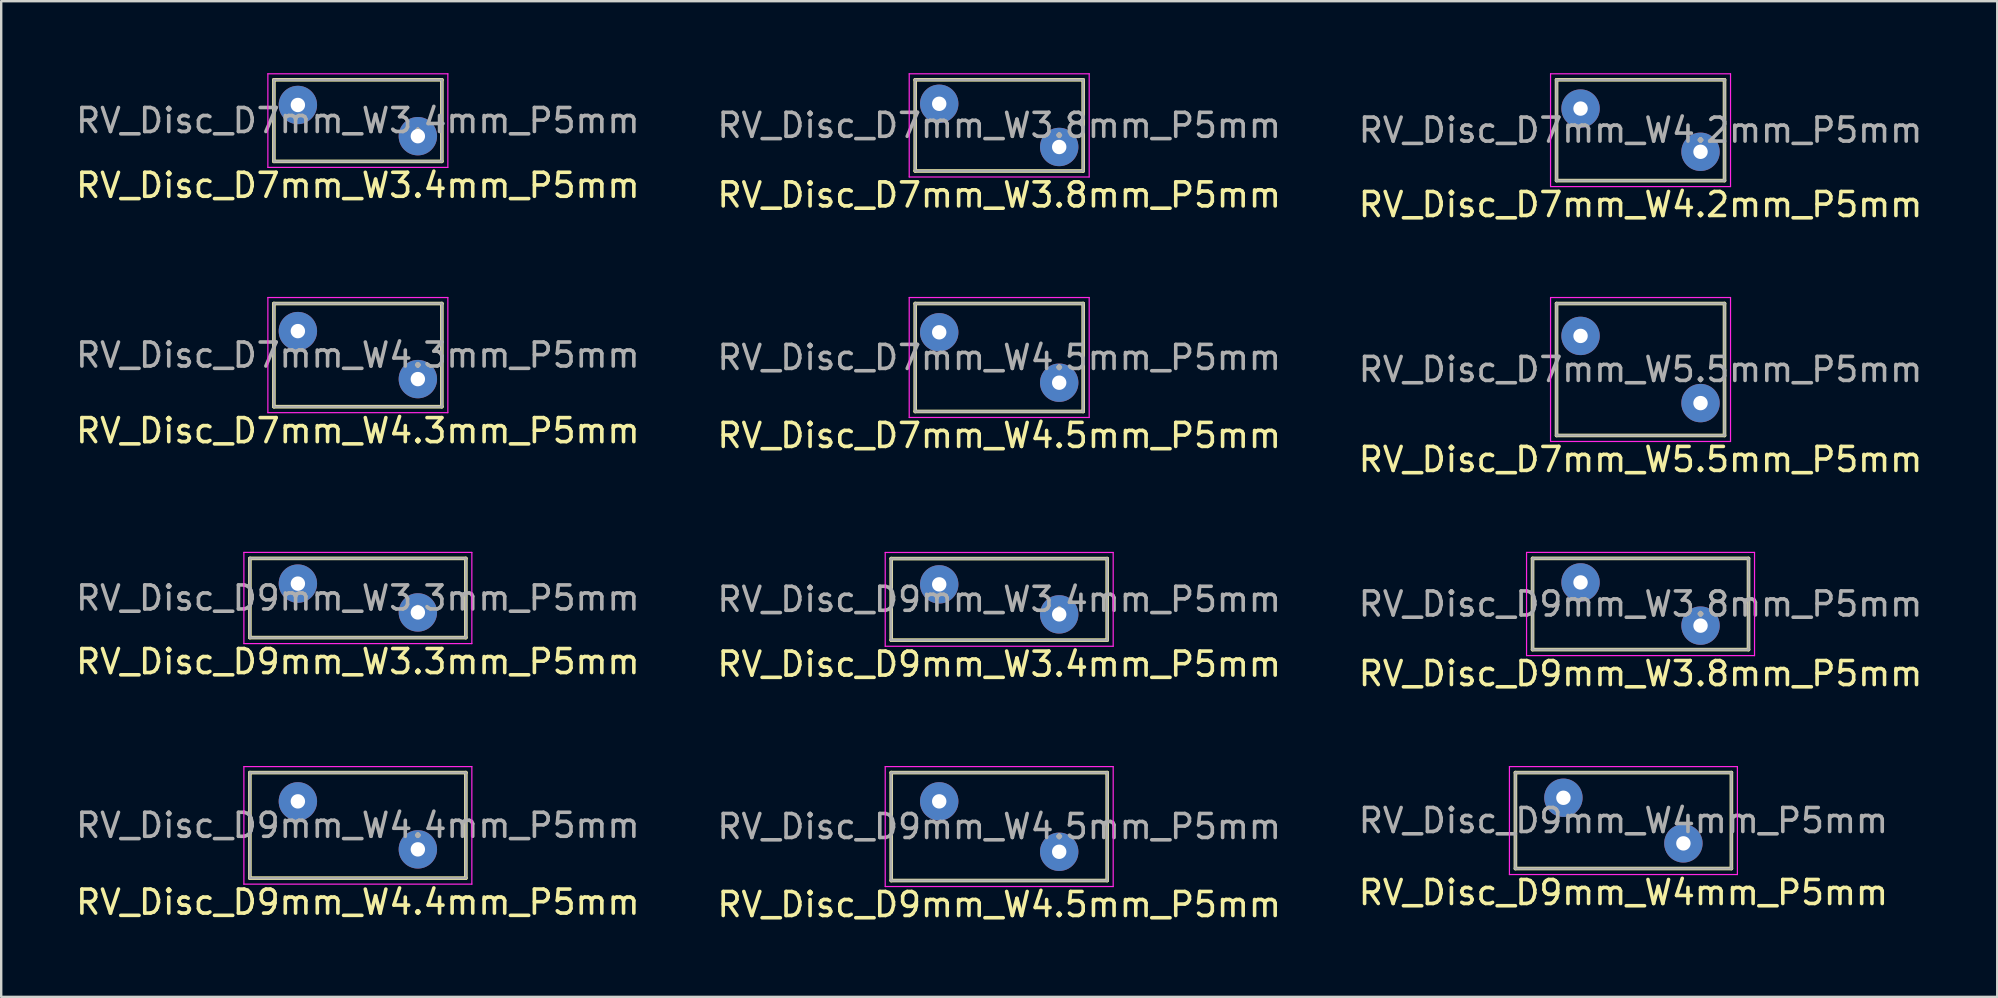
<source format=kicad_pcb>
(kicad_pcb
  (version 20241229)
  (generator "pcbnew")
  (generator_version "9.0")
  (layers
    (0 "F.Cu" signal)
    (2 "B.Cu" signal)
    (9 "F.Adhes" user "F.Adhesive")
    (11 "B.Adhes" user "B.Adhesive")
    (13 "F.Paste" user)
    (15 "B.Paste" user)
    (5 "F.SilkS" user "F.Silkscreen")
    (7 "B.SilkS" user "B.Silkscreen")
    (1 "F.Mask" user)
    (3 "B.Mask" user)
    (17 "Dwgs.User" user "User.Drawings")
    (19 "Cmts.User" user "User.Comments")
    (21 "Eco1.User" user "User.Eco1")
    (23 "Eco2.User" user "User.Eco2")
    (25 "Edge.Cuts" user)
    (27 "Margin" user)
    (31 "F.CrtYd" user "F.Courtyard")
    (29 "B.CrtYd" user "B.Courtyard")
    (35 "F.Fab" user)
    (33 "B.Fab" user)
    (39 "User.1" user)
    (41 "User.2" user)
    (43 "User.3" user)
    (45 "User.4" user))
  (footprint "RV_Disc_D9mm_W4mm_P5mm"
    (layer "F.Cu")
    (at 62.101 30.195)
    (property "Reference" "RV_Disc_D9mm_W4mm_P5mm" (at 2.5 3.95 0) (layer "F.SilkS") (effects (font (size 1 1) (thickness 0.15))))
    (attr through_hole)
    (fp_line (start -2 -1.05) (end -2 2.95) (stroke (width 0.15) (type solid)) (layer "F.SilkS"))
    (fp_line (start -2 -1.05) (end 7 -1.05) (stroke (width 0.15) (type solid)) (layer "F.SilkS"))
    (fp_line (start -2 2.95) (end 7 2.95) (stroke (width 0.15) (type solid)) (layer "F.SilkS"))
    (fp_line (start 7 -1.05) (end 7 2.95) (stroke (width 0.15) (type solid)) (layer "F.SilkS"))
    (fp_line (start -2.25 -1.3) (end -2.25 3.2) (stroke (width 0.05) (type solid)) (layer "F.CrtYd"))
    (fp_line (start -2.25 -1.3) (end 7.25 -1.3) (stroke (width 0.05) (type solid)) (layer "F.CrtYd"))
    (fp_line (start -2.25 3.2) (end 7.25 3.2) (stroke (width 0.05) (type solid)) (layer "F.CrtYd"))
    (fp_line (start 7.25 -1.3) (end 7.25 3.2) (stroke (width 0.05) (type solid)) (layer "F.CrtYd"))
    (fp_line (start -2 -1.05) (end -2 2.95) (stroke (width 0.1) (type solid)) (layer "F.Fab"))
    (fp_line (start -2 -1.05) (end 7 -1.05) (stroke (width 0.1) (type solid)) (layer "F.Fab"))
    (fp_line (start -2 2.95) (end 7 2.95) (stroke (width 0.1) (type solid)) (layer "F.Fab"))
    (fp_line (start 7 -1.05) (end 7 2.95) (stroke (width 0.1) (type solid)) (layer "F.Fab"))
    (fp_text user "${REFERENCE}" (at 2.5 0.95 0) (layer "F.Fab") (effects (font (size 1 1) (thickness 0.15))))
    (pad "1" thru_hole circle (at 0 0) (size 1.6 1.6) (drill 0.6) (layers "*.Cu" "*.Mask"))
    (pad "2" thru_hole circle (at 5 1.9) (size 1.6 1.6) (drill 0.6) (layers "*.Cu" "*.Mask")))
  (footprint "RV_Disc_D9mm_W4.5mm_P5mm"
    (layer "F.Cu")
    (at 36.089 30.345)
    (property "Reference" "RV_Disc_D9mm_W4.5mm_P5mm" (at 2.5 4.3 0) (layer "F.SilkS") (effects (font (size 1 1) (thickness 0.15))))
    (attr through_hole)
    (fp_line (start -2 -1.2) (end -2 3.3) (stroke (width 0.15) (type solid)) (layer "F.SilkS"))
    (fp_line (start -2 -1.2) (end 7 -1.2) (stroke (width 0.15) (type solid)) (layer "F.SilkS"))
    (fp_line (start -2 3.3) (end 7 3.3) (stroke (width 0.15) (type solid)) (layer "F.SilkS"))
    (fp_line (start 7 -1.2) (end 7 3.3) (stroke (width 0.15) (type solid)) (layer "F.SilkS"))
    (fp_line (start -2.25 -1.45) (end -2.25 3.55) (stroke (width 0.05) (type solid)) (layer "F.CrtYd"))
    (fp_line (start -2.25 -1.45) (end 7.25 -1.45) (stroke (width 0.05) (type solid)) (layer "F.CrtYd"))
    (fp_line (start -2.25 3.55) (end 7.25 3.55) (stroke (width 0.05) (type solid)) (layer "F.CrtYd"))
    (fp_line (start 7.25 -1.45) (end 7.25 3.55) (stroke (width 0.05) (type solid)) (layer "F.CrtYd"))
    (fp_line (start -2 -1.2) (end -2 3.3) (stroke (width 0.1) (type solid)) (layer "F.Fab"))
    (fp_line (start -2 -1.2) (end 7 -1.2) (stroke (width 0.1) (type solid)) (layer "F.Fab"))
    (fp_line (start -2 3.3) (end 7 3.3) (stroke (width 0.1) (type solid)) (layer "F.Fab"))
    (fp_line (start 7 -1.2) (end 7 3.3) (stroke (width 0.1) (type solid)) (layer "F.Fab"))
    (fp_text user "${REFERENCE}" (at 2.5 1.05 0) (layer "F.Fab") (effects (font (size 1 1) (thickness 0.15))))
    (pad "1" thru_hole circle (at 0 0) (size 1.6 1.6) (drill 0.6) (layers "*.Cu" "*.Mask"))
    (pad "2" thru_hole circle (at 5 2.1) (size 1.6 1.6) (drill 0.6) (layers "*.Cu" "*.Mask")))
  (footprint "RV_Disc_D7mm_W4.5mm_P5mm"
    (layer "F.Cu")
    (at 36.089 10.798)
    (property "Reference" "RV_Disc_D7mm_W4.5mm_P5mm" (at 2.5 4.3 0) (layer "F.SilkS") (effects (font (size 1 1) (thickness 0.15))))
    (attr through_hole)
    (fp_line (start -1 -1.2) (end -1 3.3) (stroke (width 0.15) (type solid)) (layer "F.SilkS"))
    (fp_line (start -1 -1.2) (end 6 -1.2) (stroke (width 0.15) (type solid)) (layer "F.SilkS"))
    (fp_line (start -1 3.3) (end 6 3.3) (stroke (width 0.15) (type solid)) (layer "F.SilkS"))
    (fp_line (start 6 -1.2) (end 6 3.3) (stroke (width 0.15) (type solid)) (layer "F.SilkS"))
    (fp_line (start -1.25 -1.45) (end -1.25 3.55) (stroke (width 0.05) (type solid)) (layer "F.CrtYd"))
    (fp_line (start -1.25 -1.45) (end 6.25 -1.45) (stroke (width 0.05) (type solid)) (layer "F.CrtYd"))
    (fp_line (start -1.25 3.55) (end 6.25 3.55) (stroke (width 0.05) (type solid)) (layer "F.CrtYd"))
    (fp_line (start 6.25 -1.45) (end 6.25 3.55) (stroke (width 0.05) (type solid)) (layer "F.CrtYd"))
    (fp_line (start -1 -1.2) (end -1 3.3) (stroke (width 0.1) (type solid)) (layer "F.Fab"))
    (fp_line (start -1 -1.2) (end 6 -1.2) (stroke (width 0.1) (type solid)) (layer "F.Fab"))
    (fp_line (start -1 3.3) (end 6 3.3) (stroke (width 0.1) (type solid)) (layer "F.Fab"))
    (fp_line (start 6 -1.2) (end 6 3.3) (stroke (width 0.1) (type solid)) (layer "F.Fab"))
    (fp_text user "${REFERENCE}" (at 2.5 1.05 0) (layer "F.Fab") (effects (font (size 1 1) (thickness 0.15))))
    (pad "1" thru_hole circle (at 0 0) (size 1.6 1.6) (drill 0.6) (layers "*.Cu" "*.Mask"))
    (pad "2" thru_hole circle (at 5 2.1) (size 1.6 1.6) (drill 0.6) (layers "*.Cu" "*.Mask")))
  (footprint "RV_Disc_D9mm_W3.4mm_P5mm"
    (layer "F.Cu")
    (at 36.089 21.302)
    (property "Reference" "RV_Disc_D9mm_W3.4mm_P5mm" (at 2.5 3.325 0) (layer "F.SilkS") (effects (font (size 1 1) (thickness 0.15))))
    (attr through_hole)
    (fp_line (start -2 -1.075) (end -2 2.325) (stroke (width 0.15) (type solid)) (layer "F.SilkS"))
    (fp_line (start -2 -1.075) (end 7 -1.075) (stroke (width 0.15) (type solid)) (layer "F.SilkS"))
    (fp_line (start -2 2.325) (end 7 2.325) (stroke (width 0.15) (type solid)) (layer "F.SilkS"))
    (fp_line (start 7 -1.075) (end 7 2.325) (stroke (width 0.15) (type solid)) (layer "F.SilkS"))
    (fp_line (start -2.25 -1.33) (end -2.25 2.58) (stroke (width 0.05) (type solid)) (layer "F.CrtYd"))
    (fp_line (start -2.25 -1.33) (end 7.25 -1.33) (stroke (width 0.05) (type solid)) (layer "F.CrtYd"))
    (fp_line (start -2.25 2.58) (end 7.25 2.58) (stroke (width 0.05) (type solid)) (layer "F.CrtYd"))
    (fp_line (start 7.25 -1.33) (end 7.25 2.58) (stroke (width 0.05) (type solid)) (layer "F.CrtYd"))
    (fp_line (start -2 -1.075) (end -2 2.325) (stroke (width 0.1) (type solid)) (layer "F.Fab"))
    (fp_line (start -2 -1.075) (end 7 -1.075) (stroke (width 0.1) (type solid)) (layer "F.Fab"))
    (fp_line (start -2 2.325) (end 7 2.325) (stroke (width 0.1) (type solid)) (layer "F.Fab"))
    (fp_line (start 7 -1.075) (end 7 2.325) (stroke (width 0.1) (type solid)) (layer "F.Fab"))
    (fp_text user "${REFERENCE}" (at 2.5 0.625 0) (layer "F.Fab") (effects (font (size 1 1) (thickness 0.15))))
    (pad "1" thru_hole circle (at 0 0) (size 1.6 1.6) (drill 0.6) (layers "*.Cu" "*.Mask"))
    (pad "2" thru_hole circle (at 5 1.25) (size 1.6 1.6) (drill 0.6) (layers "*.Cu" "*.Mask")))
  (footprint "RV_Disc_D7mm_W4.2mm_P5mm"
    (layer "F.Cu")
    (at 62.815 1.475)
    (property "Reference" "RV_Disc_D7mm_W4.2mm_P5mm" (at 2.5 4 0) (layer "F.SilkS") (effects (font (size 1 1) (thickness 0.15))))
    (attr through_hole)
    (fp_line (start -1 -1.2) (end -1 3) (stroke (width 0.15) (type solid)) (layer "F.SilkS"))
    (fp_line (start -1 -1.2) (end 6 -1.2) (stroke (width 0.15) (type solid)) (layer "F.SilkS"))
    (fp_line (start -1 3) (end 6 3) (stroke (width 0.15) (type solid)) (layer "F.SilkS"))
    (fp_line (start 6 -1.2) (end 6 3) (stroke (width 0.15) (type solid)) (layer "F.SilkS"))
    (fp_line (start -1.25 -1.45) (end -1.25 3.25) (stroke (width 0.05) (type solid)) (layer "F.CrtYd"))
    (fp_line (start -1.25 -1.45) (end 6.25 -1.45) (stroke (width 0.05) (type solid)) (layer "F.CrtYd"))
    (fp_line (start -1.25 3.25) (end 6.25 3.25) (stroke (width 0.05) (type solid)) (layer "F.CrtYd"))
    (fp_line (start 6.25 -1.45) (end 6.25 3.25) (stroke (width 0.05) (type solid)) (layer "F.CrtYd"))
    (fp_line (start -1 -1.2) (end -1 3) (stroke (width 0.1) (type solid)) (layer "F.Fab"))
    (fp_line (start -1 -1.2) (end 6 -1.2) (stroke (width 0.1) (type solid)) (layer "F.Fab"))
    (fp_line (start -1 3) (end 6 3) (stroke (width 0.1) (type solid)) (layer "F.Fab"))
    (fp_line (start 6 -1.2) (end 6 3) (stroke (width 0.1) (type solid)) (layer "F.Fab"))
    (fp_text user "${REFERENCE}" (at 2.5 0.9 0) (layer "F.Fab") (effects (font (size 1 1) (thickness 0.15))))
    (pad "1" thru_hole circle (at 0 0) (size 1.6 1.6) (drill 0.6) (layers "*.Cu" "*.Mask"))
    (pad "2" thru_hole circle (at 5 1.8) (size 1.6 1.6) (drill 0.6) (layers "*.Cu" "*.Mask")))
  (footprint "RV_Disc_D9mm_W4.4mm_P5mm"
    (layer "F.Cu")
    (at 9.363 30.345)
    (property "Reference" "RV_Disc_D9mm_W4.4mm_P5mm" (at 2.5 4.2 0) (layer "F.SilkS") (effects (font (size 1 1) (thickness 0.15))))
    (attr through_hole)
    (fp_line (start -2 -1.2) (end -2 3.2) (stroke (width 0.15) (type solid)) (layer "F.SilkS"))
    (fp_line (start -2 -1.2) (end 7 -1.2) (stroke (width 0.15) (type solid)) (layer "F.SilkS"))
    (fp_line (start -2 3.2) (end 7 3.2) (stroke (width 0.15) (type solid)) (layer "F.SilkS"))
    (fp_line (start 7 -1.2) (end 7 3.2) (stroke (width 0.15) (type solid)) (layer "F.SilkS"))
    (fp_line (start -2.25 -1.45) (end -2.25 3.45) (stroke (width 0.05) (type solid)) (layer "F.CrtYd"))
    (fp_line (start -2.25 -1.45) (end 7.25 -1.45) (stroke (width 0.05) (type solid)) (layer "F.CrtYd"))
    (fp_line (start -2.25 3.45) (end 7.25 3.45) (stroke (width 0.05) (type solid)) (layer "F.CrtYd"))
    (fp_line (start 7.25 -1.45) (end 7.25 3.45) (stroke (width 0.05) (type solid)) (layer "F.CrtYd"))
    (fp_line (start -2 -1.2) (end -2 3.2) (stroke (width 0.1) (type solid)) (layer "F.Fab"))
    (fp_line (start -2 -1.2) (end 7 -1.2) (stroke (width 0.1) (type solid)) (layer "F.Fab"))
    (fp_line (start -2 3.2) (end 7 3.2) (stroke (width 0.1) (type solid)) (layer "F.Fab"))
    (fp_line (start 7 -1.2) (end 7 3.2) (stroke (width 0.1) (type solid)) (layer "F.Fab"))
    (fp_text user "${REFERENCE}" (at 2.5 1 0) (layer "F.Fab") (effects (font (size 1 1) (thickness 0.15))))
    (pad "1" thru_hole circle (at 0 0) (size 1.6 1.6) (drill 0.6) (layers "*.Cu" "*.Mask"))
    (pad "2" thru_hole circle (at 5 2) (size 1.6 1.6) (drill 0.6) (layers "*.Cu" "*.Mask")))
  (footprint "RV_Disc_D9mm_W3.8mm_P5mm"
    (layer "F.Cu")
    (at 62.815 21.221)
    (property "Reference" "RV_Disc_D9mm_W3.8mm_P5mm" (at 2.5 3.8 0) (layer "F.SilkS") (effects (font (size 1 1) (thickness 0.15))))
    (attr through_hole)
    (fp_line (start -2 -1) (end -2 2.8) (stroke (width 0.15) (type solid)) (layer "F.SilkS"))
    (fp_line (start -2 -1) (end 7 -1) (stroke (width 0.15) (type solid)) (layer "F.SilkS"))
    (fp_line (start -2 2.8) (end 7 2.8) (stroke (width 0.15) (type solid)) (layer "F.SilkS"))
    (fp_line (start 7 -1) (end 7 2.8) (stroke (width 0.15) (type solid)) (layer "F.SilkS"))
    (fp_line (start -2.25 -1.25) (end -2.25 3.05) (stroke (width 0.05) (type solid)) (layer "F.CrtYd"))
    (fp_line (start -2.25 -1.25) (end 7.25 -1.25) (stroke (width 0.05) (type solid)) (layer "F.CrtYd"))
    (fp_line (start -2.25 3.05) (end 7.25 3.05) (stroke (width 0.05) (type solid)) (layer "F.CrtYd"))
    (fp_line (start 7.25 -1.25) (end 7.25 3.05) (stroke (width 0.05) (type solid)) (layer "F.CrtYd"))
    (fp_line (start -2 -1) (end -2 2.8) (stroke (width 0.1) (type solid)) (layer "F.Fab"))
    (fp_line (start -2 -1) (end 7 -1) (stroke (width 0.1) (type solid)) (layer "F.Fab"))
    (fp_line (start -2 2.8) (end 7 2.8) (stroke (width 0.1) (type solid)) (layer "F.Fab"))
    (fp_line (start 7 -1) (end 7 2.8) (stroke (width 0.1) (type solid)) (layer "F.Fab"))
    (fp_text user "${REFERENCE}" (at 2.5 0.9 0) (layer "F.Fab") (effects (font (size 1 1) (thickness 0.15))))
    (pad "1" thru_hole circle (at 0 0) (size 1.6 1.6) (drill 0.6) (layers "*.Cu" "*.Mask"))
    (pad "2" thru_hole circle (at 5 1.8) (size 1.6 1.6) (drill 0.6) (layers "*.Cu" "*.Mask")))
  (footprint "RV_Disc_D7mm_W5.5mm_P5mm"
    (layer "F.Cu")
    (at 62.815 10.948)
    (property "Reference" "RV_Disc_D7mm_W5.5mm_P5mm" (at 2.5 5.15 0) (layer "F.SilkS") (effects (font (size 1 1) (thickness 0.15))))
    (attr through_hole)
    (fp_line (start -1 -1.35) (end -1 4.15) (stroke (width 0.15) (type solid)) (layer "F.SilkS"))
    (fp_line (start -1 -1.35) (end 6 -1.35) (stroke (width 0.15) (type solid)) (layer "F.SilkS"))
    (fp_line (start -1 4.15) (end 6 4.15) (stroke (width 0.15) (type solid)) (layer "F.SilkS"))
    (fp_line (start 6 -1.35) (end 6 4.15) (stroke (width 0.15) (type solid)) (layer "F.SilkS"))
    (fp_line (start -1.25 -1.6) (end -1.25 4.4) (stroke (width 0.05) (type solid)) (layer "F.CrtYd"))
    (fp_line (start -1.25 -1.6) (end 6.25 -1.6) (stroke (width 0.05) (type solid)) (layer "F.CrtYd"))
    (fp_line (start -1.25 4.4) (end 6.25 4.4) (stroke (width 0.05) (type solid)) (layer "F.CrtYd"))
    (fp_line (start 6.25 -1.6) (end 6.25 4.4) (stroke (width 0.05) (type solid)) (layer "F.CrtYd"))
    (fp_line (start -1 -1.35) (end -1 4.15) (stroke (width 0.1) (type solid)) (layer "F.Fab"))
    (fp_line (start -1 -1.35) (end 6 -1.35) (stroke (width 0.1) (type solid)) (layer "F.Fab"))
    (fp_line (start -1 4.15) (end 6 4.15) (stroke (width 0.1) (type solid)) (layer "F.Fab"))
    (fp_line (start 6 -1.35) (end 6 4.15) (stroke (width 0.1) (type solid)) (layer "F.Fab"))
    (fp_text user "${REFERENCE}" (at 2.5 1.4 0) (layer "F.Fab") (effects (font (size 1 1) (thickness 0.15))))
    (pad "1" thru_hole circle (at 0 0) (size 1.6 1.6) (drill 0.6) (layers "*.Cu" "*.Mask"))
    (pad "2" thru_hole circle (at 5 2.8) (size 1.6 1.6) (drill 0.6) (layers "*.Cu" "*.Mask")))
  (footprint "RV_Disc_D7mm_W3.8mm_P5mm"
    (layer "F.Cu")
    (at 36.089 1.275)
    (property "Reference" "RV_Disc_D7mm_W3.8mm_P5mm" (at 2.5 3.8 0) (layer "F.SilkS") (effects (font (size 1 1) (thickness 0.15))))
    (attr through_hole)
    (fp_line (start -1 -1) (end -1 2.8) (stroke (width 0.15) (type solid)) (layer "F.SilkS"))
    (fp_line (start -1 -1) (end 6 -1) (stroke (width 0.15) (type solid)) (layer "F.SilkS"))
    (fp_line (start -1 2.8) (end 6 2.8) (stroke (width 0.15) (type solid)) (layer "F.SilkS"))
    (fp_line (start 6 -1) (end 6 2.8) (stroke (width 0.15) (type solid)) (layer "F.SilkS"))
    (fp_line (start -1.25 -1.25) (end -1.25 3.05) (stroke (width 0.05) (type solid)) (layer "F.CrtYd"))
    (fp_line (start -1.25 -1.25) (end 6.25 -1.25) (stroke (width 0.05) (type solid)) (layer "F.CrtYd"))
    (fp_line (start -1.25 3.05) (end 6.25 3.05) (stroke (width 0.05) (type solid)) (layer "F.CrtYd"))
    (fp_line (start 6.25 -1.25) (end 6.25 3.05) (stroke (width 0.05) (type solid)) (layer "F.CrtYd"))
    (fp_line (start -1 -1) (end -1 2.8) (stroke (width 0.1) (type solid)) (layer "F.Fab"))
    (fp_line (start -1 -1) (end 6 -1) (stroke (width 0.1) (type solid)) (layer "F.Fab"))
    (fp_line (start -1 2.8) (end 6 2.8) (stroke (width 0.1) (type solid)) (layer "F.Fab"))
    (fp_line (start 6 -1) (end 6 2.8) (stroke (width 0.1) (type solid)) (layer "F.Fab"))
    (fp_text user "${REFERENCE}" (at 2.5 0.9 0) (layer "F.Fab") (effects (font (size 1 1) (thickness 0.15))))
    (pad "1" thru_hole circle (at 0 0) (size 1.6 1.6) (drill 0.6) (layers "*.Cu" "*.Mask"))
    (pad "2" thru_hole circle (at 5 1.8) (size 1.6 1.6) (drill 0.6) (layers "*.Cu" "*.Mask")))
  (footprint "RV_Disc_D7mm_W3.4mm_P5mm"
    (layer "F.Cu")
    (at 9.363 1.325)
    (property "Reference" "RV_Disc_D7mm_W3.4mm_P5mm" (at 2.5 3.35 0) (layer "F.SilkS") (effects (font (size 1 1) (thickness 0.15))))
    (attr through_hole)
    (fp_line (start -1 -1.05) (end -1 2.35) (stroke (width 0.15) (type solid)) (layer "F.SilkS"))
    (fp_line (start -1 -1.05) (end 6 -1.05) (stroke (width 0.15) (type solid)) (layer "F.SilkS"))
    (fp_line (start -1 2.35) (end 6 2.35) (stroke (width 0.15) (type solid)) (layer "F.SilkS"))
    (fp_line (start 6 -1.05) (end 6 2.35) (stroke (width 0.15) (type solid)) (layer "F.SilkS"))
    (fp_line (start -1.25 -1.3) (end -1.25 2.6) (stroke (width 0.05) (type solid)) (layer "F.CrtYd"))
    (fp_line (start -1.25 -1.3) (end 6.25 -1.3) (stroke (width 0.05) (type solid)) (layer "F.CrtYd"))
    (fp_line (start -1.25 2.6) (end 6.25 2.6) (stroke (width 0.05) (type solid)) (layer "F.CrtYd"))
    (fp_line (start 6.25 -1.3) (end 6.25 2.6) (stroke (width 0.05) (type solid)) (layer "F.CrtYd"))
    (fp_line (start -1 -1.05) (end -1 2.35) (stroke (width 0.1) (type solid)) (layer "F.Fab"))
    (fp_line (start -1 -1.05) (end 6 -1.05) (stroke (width 0.1) (type solid)) (layer "F.Fab"))
    (fp_line (start -1 2.35) (end 6 2.35) (stroke (width 0.1) (type solid)) (layer "F.Fab"))
    (fp_line (start 6 -1.05) (end 6 2.35) (stroke (width 0.1) (type solid)) (layer "F.Fab"))
    (fp_text user "${REFERENCE}" (at 2.5 0.65 0) (layer "F.Fab") (effects (font (size 1 1) (thickness 0.15))))
    (pad "1" thru_hole circle (at 0 0) (size 1.6 1.6) (drill 0.6) (layers "*.Cu" "*.Mask"))
    (pad "2" thru_hole circle (at 5 1.3) (size 1.6 1.6) (drill 0.6) (layers "*.Cu" "*.Mask")))
  (footprint "RV_Disc_D7mm_W4.3mm_P5mm"
    (layer "F.Cu")
    (at 9.363 10.748)
    (property "Reference" "RV_Disc_D7mm_W4.3mm_P5mm" (at 2.5 4.15 0) (layer "F.SilkS") (effects (font (size 1 1) (thickness 0.15))))
    (attr through_hole)
    (fp_line (start -1 -1.15) (end -1 3.15) (stroke (width 0.15) (type solid)) (layer "F.SilkS"))
    (fp_line (start -1 -1.15) (end 6 -1.15) (stroke (width 0.15) (type solid)) (layer "F.SilkS"))
    (fp_line (start -1 3.15) (end 6 3.15) (stroke (width 0.15) (type solid)) (layer "F.SilkS"))
    (fp_line (start 6 -1.15) (end 6 3.15) (stroke (width 0.15) (type solid)) (layer "F.SilkS"))
    (fp_line (start -1.25 -1.4) (end -1.25 3.4) (stroke (width 0.05) (type solid)) (layer "F.CrtYd"))
    (fp_line (start -1.25 -1.4) (end 6.25 -1.4) (stroke (width 0.05) (type solid)) (layer "F.CrtYd"))
    (fp_line (start -1.25 3.4) (end 6.25 3.4) (stroke (width 0.05) (type solid)) (layer "F.CrtYd"))
    (fp_line (start 6.25 -1.4) (end 6.25 3.4) (stroke (width 0.05) (type solid)) (layer "F.CrtYd"))
    (fp_line (start -1 -1.15) (end -1 3.15) (stroke (width 0.1) (type solid)) (layer "F.Fab"))
    (fp_line (start -1 -1.15) (end 6 -1.15) (stroke (width 0.1) (type solid)) (layer "F.Fab"))
    (fp_line (start -1 3.15) (end 6 3.15) (stroke (width 0.1) (type solid)) (layer "F.Fab"))
    (fp_line (start 6 -1.15) (end 6 3.15) (stroke (width 0.1) (type solid)) (layer "F.Fab"))
    (fp_text user "${REFERENCE}" (at 2.5 1 0) (layer "F.Fab") (effects (font (size 1 1) (thickness 0.15))))
    (pad "1" thru_hole circle (at 0 0) (size 1.6 1.6) (drill 0.6) (layers "*.Cu" "*.Mask"))
    (pad "2" thru_hole circle (at 5 2) (size 1.6 1.6) (drill 0.6) (layers "*.Cu" "*.Mask")))
  (footprint "RV_Disc_D9mm_W3.3mm_P5mm"
    (layer "F.Cu")
    (at 9.363 21.271)
    (property "Reference" "RV_Disc_D9mm_W3.3mm_P5mm" (at 2.5 3.25 0) (layer "F.SilkS") (effects (font (size 1 1) (thickness 0.15))))
    (attr through_hole)
    (fp_line (start -2 -1.05) (end -2 2.25) (stroke (width 0.15) (type solid)) (layer "F.SilkS"))
    (fp_line (start -2 -1.05) (end 7 -1.05) (stroke (width 0.15) (type solid)) (layer "F.SilkS"))
    (fp_line (start -2 2.25) (end 7 2.25) (stroke (width 0.15) (type solid)) (layer "F.SilkS"))
    (fp_line (start 7 -1.05) (end 7 2.25) (stroke (width 0.15) (type solid)) (layer "F.SilkS"))
    (fp_line (start -2.25 -1.3) (end -2.25 2.5) (stroke (width 0.05) (type solid)) (layer "F.CrtYd"))
    (fp_line (start -2.25 -1.3) (end 7.25 -1.3) (stroke (width 0.05) (type solid)) (layer "F.CrtYd"))
    (fp_line (start -2.25 2.5) (end 7.25 2.5) (stroke (width 0.05) (type solid)) (layer "F.CrtYd"))
    (fp_line (start 7.25 -1.3) (end 7.25 2.5) (stroke (width 0.05) (type solid)) (layer "F.CrtYd"))
    (fp_line (start -2 -1.05) (end -2 2.25) (stroke (width 0.1) (type solid)) (layer "F.Fab"))
    (fp_line (start -2 -1.05) (end 7 -1.05) (stroke (width 0.1) (type solid)) (layer "F.Fab"))
    (fp_line (start -2 2.25) (end 7 2.25) (stroke (width 0.1) (type solid)) (layer "F.Fab"))
    (fp_line (start 7 -1.05) (end 7 2.25) (stroke (width 0.1) (type solid)) (layer "F.Fab"))
    (fp_text user "${REFERENCE}" (at 2.5 0.6 0) (layer "F.Fab") (effects (font (size 1 1) (thickness 0.15))))
    (pad "1" thru_hole circle (at 0 0) (size 1.6 1.6) (drill 0.6) (layers "*.Cu" "*.Mask"))
    (pad "2" thru_hole circle (at 5 1.2) (size 1.6 1.6) (drill 0.6) (layers "*.Cu" "*.Mask")))
  (gr_rect
    (start -3 -3)
    (end 80.179 38.493)
    (stroke (width 0.1) (type default))
    (fill no)
    (layer "Edge.Cuts")))
</source>
